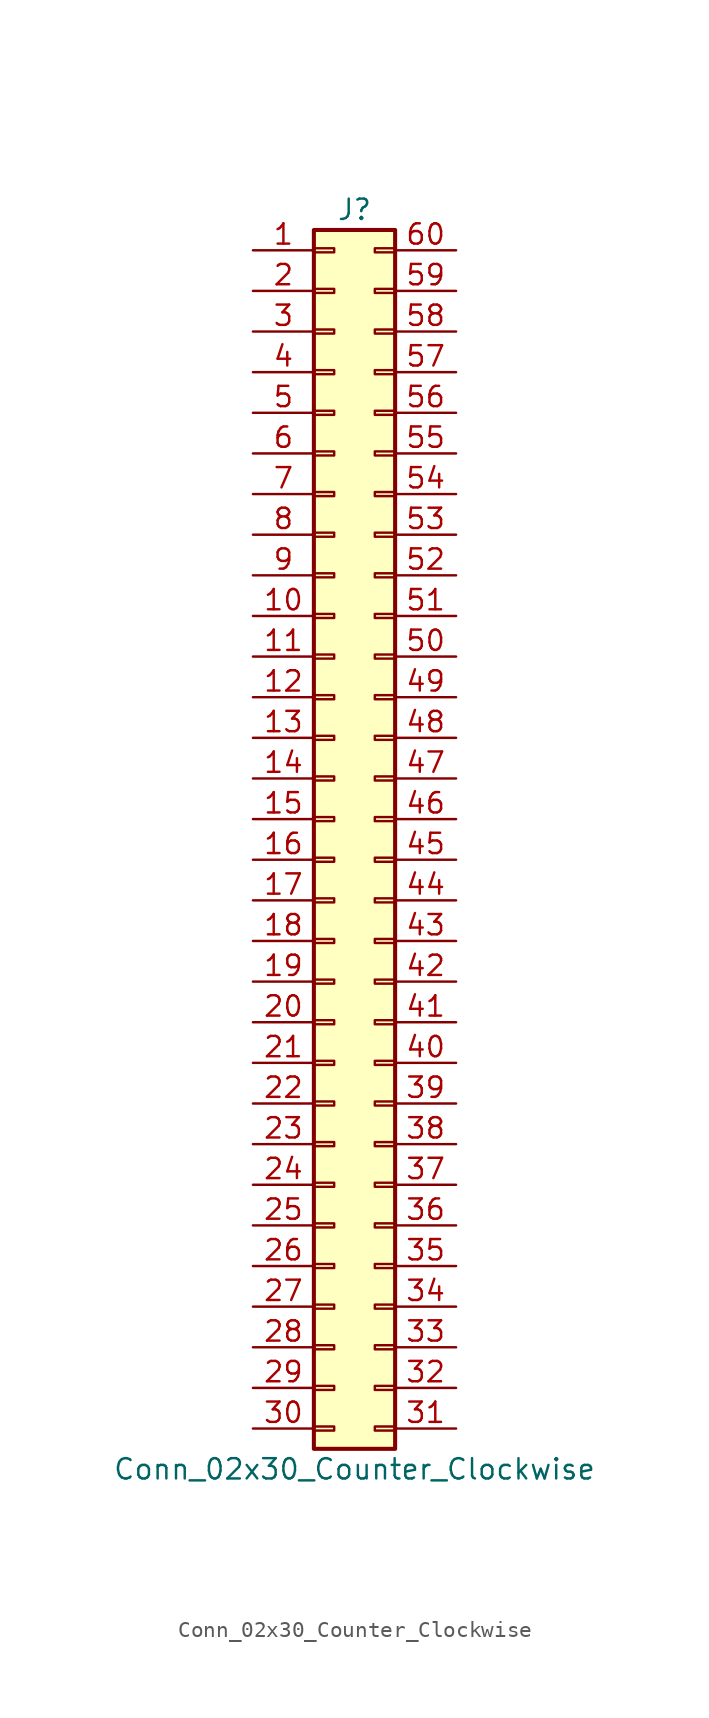
<source format=kicad_sym>
(kicad_symbol_lib
  (version 20211014)
  (generator kicad_symbol_editor)
  (symbol "Conn_02x30_Counter_Clockwise"
    (pin_names
      (offset 1.016) hide)
    (property "Reference" "J"
      (at 1.27 38.1 0)
      (effects (font (size 1.27 1.27))))
    (property "Value" "Conn_02x30_Counter_Clockwise"
      (at 1.27 -40.64 0)
      (effects (font (size 1.27 1.27))))
    (symbol "Conn_02x30_Counter_Clockwise_1_1"
      (rectangle (start -1.27 -37.973) (end 0 -38.227) (stroke (width 0.152) (type default) (color 0 0 0 0)) (fill (type none)))
      (rectangle (start -1.27 -35.433) (end 0 -35.687) (stroke (width 0.152) (type default) (color 0 0 0 0)) (fill (type none)))
      (rectangle (start -1.27 -32.893) (end 0 -33.147) (stroke (width 0.152) (type default) (color 0 0 0 0)) (fill (type none)))
      (rectangle (start -1.27 -30.353) (end 0 -30.607) (stroke (width 0.152) (type default) (color 0 0 0 0)) (fill (type none)))
      (rectangle (start -1.27 -27.813) (end 0 -28.067) (stroke (width 0.152) (type default) (color 0 0 0 0)) (fill (type none)))
      (rectangle (start -1.27 -25.273) (end 0 -25.527) (stroke (width 0.152) (type default) (color 0 0 0 0)) (fill (type none)))
      (rectangle (start -1.27 -22.733) (end 0 -22.987) (stroke (width 0.152) (type default) (color 0 0 0 0)) (fill (type none)))
      (rectangle (start -1.27 -20.193) (end 0 -20.447) (stroke (width 0.152) (type default) (color 0 0 0 0)) (fill (type none)))
      (rectangle (start -1.27 -17.653) (end 0 -17.907) (stroke (width 0.152) (type default) (color 0 0 0 0)) (fill (type none)))
      (rectangle (start -1.27 -15.113) (end 0 -15.367) (stroke (width 0.152) (type default) (color 0 0 0 0)) (fill (type none)))
      (rectangle (start -1.27 -12.573) (end 0 -12.827) (stroke (width 0.152) (type default) (color 0 0 0 0)) (fill (type none)))
      (rectangle (start -1.27 -10.033) (end 0 -10.287) (stroke (width 0.152) (type default) (color 0 0 0 0)) (fill (type none)))
      (rectangle (start -1.27 -7.493) (end 0 -7.747) (stroke (width 0.152) (type default) (color 0 0 0 0)) (fill (type none)))
      (rectangle (start -1.27 -4.953) (end 0 -5.207) (stroke (width 0.152) (type default) (color 0 0 0 0)) (fill (type none)))
      (rectangle (start -1.27 -2.413) (end 0 -2.667) (stroke (width 0.152) (type default) (color 0 0 0 0)) (fill (type none)))
      (rectangle (start -1.27 0.127) (end 0 -0.127) (stroke (width 0.152) (type default) (color 0 0 0 0)) (fill (type none)))
      (rectangle (start -1.27 2.667) (end 0 2.413) (stroke (width 0.152) (type default) (color 0 0 0 0)) (fill (type none)))
      (rectangle (start -1.27 5.207) (end 0 4.953) (stroke (width 0.152) (type default) (color 0 0 0 0)) (fill (type none)))
      (rectangle (start -1.27 7.747) (end 0 7.493) (stroke (width 0.152) (type default) (color 0 0 0 0)) (fill (type none)))
      (rectangle (start -1.27 10.287) (end 0 10.033) (stroke (width 0.152) (type default) (color 0 0 0 0)) (fill (type none)))
      (rectangle (start -1.27 12.827) (end 0 12.573) (stroke (width 0.152) (type default) (color 0 0 0 0)) (fill (type none)))
      (rectangle (start -1.27 15.367) (end 0 15.113) (stroke (width 0.152) (type default) (color 0 0 0 0)) (fill (type none)))
      (rectangle (start -1.27 17.907) (end 0 17.653) (stroke (width 0.152) (type default) (color 0 0 0 0)) (fill (type none)))
      (rectangle (start -1.27 20.447) (end 0 20.193) (stroke (width 0.152) (type default) (color 0 0 0 0)) (fill (type none)))
      (rectangle (start -1.27 22.987) (end 0 22.733) (stroke (width 0.152) (type default) (color 0 0 0 0)) (fill (type none)))
      (rectangle (start -1.27 25.527) (end 0 25.273) (stroke (width 0.152) (type default) (color 0 0 0 0)) (fill (type none)))
      (rectangle (start -1.27 28.067) (end 0 27.813) (stroke (width 0.152) (type default) (color 0 0 0 0)) (fill (type none)))
      (rectangle (start -1.27 30.607) (end 0 30.353) (stroke (width 0.152) (type default) (color 0 0 0 0)) (fill (type none)))
      (rectangle (start -1.27 33.147) (end 0 32.893) (stroke (width 0.152) (type default) (color 0 0 0 0)) (fill (type none)))
      (rectangle (start -1.27 35.687) (end 0 35.433) (stroke (width 0.152) (type default) (color 0 0 0 0)) (fill (type none)))
      (rectangle (start -1.27 36.83) (end 3.81 -39.37) (stroke (width 0.254) (type default) (color 0 0 0 0)) (fill (type background)))
      (rectangle (start 3.81 -37.973) (end 2.54 -38.227) (stroke (width 0.152) (type default) (color 0 0 0 0)) (fill (type none)))
      (rectangle (start 3.81 -35.433) (end 2.54 -35.687) (stroke (width 0.152) (type default) (color 0 0 0 0)) (fill (type none)))
      (rectangle (start 3.81 -32.893) (end 2.54 -33.147) (stroke (width 0.152) (type default) (color 0 0 0 0)) (fill (type none)))
      (rectangle (start 3.81 -30.353) (end 2.54 -30.607) (stroke (width 0.152) (type default) (color 0 0 0 0)) (fill (type none)))
      (rectangle (start 3.81 -27.813) (end 2.54 -28.067) (stroke (width 0.152) (type default) (color 0 0 0 0)) (fill (type none)))
      (rectangle (start 3.81 -25.273) (end 2.54 -25.527) (stroke (width 0.152) (type default) (color 0 0 0 0)) (fill (type none)))
      (rectangle (start 3.81 -22.733) (end 2.54 -22.987) (stroke (width 0.152) (type default) (color 0 0 0 0)) (fill (type none)))
      (rectangle (start 3.81 -20.193) (end 2.54 -20.447) (stroke (width 0.152) (type default) (color 0 0 0 0)) (fill (type none)))
      (rectangle (start 3.81 -17.653) (end 2.54 -17.907) (stroke (width 0.152) (type default) (color 0 0 0 0)) (fill (type none)))
      (rectangle (start 3.81 -15.113) (end 2.54 -15.367) (stroke (width 0.152) (type default) (color 0 0 0 0)) (fill (type none)))
      (rectangle (start 3.81 -12.573) (end 2.54 -12.827) (stroke (width 0.152) (type default) (color 0 0 0 0)) (fill (type none)))
      (rectangle (start 3.81 -10.033) (end 2.54 -10.287) (stroke (width 0.152) (type default) (color 0 0 0 0)) (fill (type none)))
      (rectangle (start 3.81 -7.493) (end 2.54 -7.747) (stroke (width 0.152) (type default) (color 0 0 0 0)) (fill (type none)))
      (rectangle (start 3.81 -4.953) (end 2.54 -5.207) (stroke (width 0.152) (type default) (color 0 0 0 0)) (fill (type none)))
      (rectangle (start 3.81 -2.413) (end 2.54 -2.667) (stroke (width 0.152) (type default) (color 0 0 0 0)) (fill (type none)))
      (rectangle (start 3.81 0.127) (end 2.54 -0.127) (stroke (width 0.152) (type default) (color 0 0 0 0)) (fill (type none)))
      (rectangle (start 3.81 2.667) (end 2.54 2.413) (stroke (width 0.152) (type default) (color 0 0 0 0)) (fill (type none)))
      (rectangle (start 3.81 5.207) (end 2.54 4.953) (stroke (width 0.152) (type default) (color 0 0 0 0)) (fill (type none)))
      (rectangle (start 3.81 7.747) (end 2.54 7.493) (stroke (width 0.152) (type default) (color 0 0 0 0)) (fill (type none)))
      (rectangle (start 3.81 10.287) (end 2.54 10.033) (stroke (width 0.152) (type default) (color 0 0 0 0)) (fill (type none)))
      (rectangle (start 3.81 12.827) (end 2.54 12.573) (stroke (width 0.152) (type default) (color 0 0 0 0)) (fill (type none)))
      (rectangle (start 3.81 15.367) (end 2.54 15.113) (stroke (width 0.152) (type default) (color 0 0 0 0)) (fill (type none)))
      (rectangle (start 3.81 17.907) (end 2.54 17.653) (stroke (width 0.152) (type default) (color 0 0 0 0)) (fill (type none)))
      (rectangle (start 3.81 20.447) (end 2.54 20.193) (stroke (width 0.152) (type default) (color 0 0 0 0)) (fill (type none)))
      (rectangle (start 3.81 22.987) (end 2.54 22.733) (stroke (width 0.152) (type default) (color 0 0 0 0)) (fill (type none)))
      (rectangle (start 3.81 25.527) (end 2.54 25.273) (stroke (width 0.152) (type default) (color 0 0 0 0)) (fill (type none)))
      (rectangle (start 3.81 28.067) (end 2.54 27.813) (stroke (width 0.152) (type default) (color 0 0 0 0)) (fill (type none)))
      (rectangle (start 3.81 30.607) (end 2.54 30.353) (stroke (width 0.152) (type default) (color 0 0 0 0)) (fill (type none)))
      (rectangle (start 3.81 33.147) (end 2.54 32.893) (stroke (width 0.152) (type default) (color 0 0 0 0)) (fill (type none)))
      (rectangle (start 3.81 35.687) (end 2.54 35.433) (stroke (width 0.152) (type default) (color 0 0 0 0)) (fill (type none)))
      (pin passive line (at -5.08 35.56 0) (length 3.81) (name "Pin_1" (effects (font (size 1.27 1.27)))) (number "1" (effects (font (size 1.27 1.27)))))
      (pin passive line (at -5.08 12.7 0) (length 3.81) (name "Pin_10" (effects (font (size 1.27 1.27)))) (number "10" (effects (font (size 1.27 1.27)))))
      (pin passive line (at -5.08 10.16 0) (length 3.81) (name "Pin_11" (effects (font (size 1.27 1.27)))) (number "11" (effects (font (size 1.27 1.27)))))
      (pin passive line (at -5.08 7.62 0) (length 3.81) (name "Pin_12" (effects (font (size 1.27 1.27)))) (number "12" (effects (font (size 1.27 1.27)))))
      (pin passive line (at -5.08 5.08 0) (length 3.81) (name "Pin_13" (effects (font (size 1.27 1.27)))) (number "13" (effects (font (size 1.27 1.27)))))
      (pin passive line (at -5.08 2.54 0) (length 3.81) (name "Pin_14" (effects (font (size 1.27 1.27)))) (number "14" (effects (font (size 1.27 1.27)))))
      (pin passive line (at -5.08 0 0) (length 3.81) (name "Pin_15" (effects (font (size 1.27 1.27)))) (number "15" (effects (font (size 1.27 1.27)))))
      (pin passive line (at -5.08 -2.54 0) (length 3.81) (name "Pin_16" (effects (font (size 1.27 1.27)))) (number "16" (effects (font (size 1.27 1.27)))))
      (pin passive line (at -5.08 -5.08 0) (length 3.81) (name "Pin_17" (effects (font (size 1.27 1.27)))) (number "17" (effects (font (size 1.27 1.27)))))
      (pin passive line (at -5.08 -7.62 0) (length 3.81) (name "Pin_18" (effects (font (size 1.27 1.27)))) (number "18" (effects (font (size 1.27 1.27)))))
      (pin passive line (at -5.08 -10.16 0) (length 3.81) (name "Pin_19" (effects (font (size 1.27 1.27)))) (number "19" (effects (font (size 1.27 1.27)))))
      (pin passive line (at -5.08 33.02 0) (length 3.81) (name "Pin_2" (effects (font (size 1.27 1.27)))) (number "2" (effects (font (size 1.27 1.27)))))
      (pin passive line (at -5.08 -12.7 0) (length 3.81) (name "Pin_20" (effects (font (size 1.27 1.27)))) (number "20" (effects (font (size 1.27 1.27)))))
      (pin passive line (at -5.08 -15.24 0) (length 3.81) (name "Pin_21" (effects (font (size 1.27 1.27)))) (number "21" (effects (font (size 1.27 1.27)))))
      (pin passive line (at -5.08 -17.78 0) (length 3.81) (name "Pin_22" (effects (font (size 1.27 1.27)))) (number "22" (effects (font (size 1.27 1.27)))))
      (pin passive line (at -5.08 -20.32 0) (length 3.81) (name "Pin_23" (effects (font (size 1.27 1.27)))) (number "23" (effects (font (size 1.27 1.27)))))
      (pin passive line (at -5.08 -22.86 0) (length 3.81) (name "Pin_24" (effects (font (size 1.27 1.27)))) (number "24" (effects (font (size 1.27 1.27)))))
      (pin passive line (at -5.08 -25.4 0) (length 3.81) (name "Pin_25" (effects (font (size 1.27 1.27)))) (number "25" (effects (font (size 1.27 1.27)))))
      (pin passive line (at -5.08 -27.94 0) (length 3.81) (name "Pin_26" (effects (font (size 1.27 1.27)))) (number "26" (effects (font (size 1.27 1.27)))))
      (pin passive line (at -5.08 -30.48 0) (length 3.81) (name "Pin_27" (effects (font (size 1.27 1.27)))) (number "27" (effects (font (size 1.27 1.27)))))
      (pin passive line (at -5.08 -33.02 0) (length 3.81) (name "Pin_28" (effects (font (size 1.27 1.27)))) (number "28" (effects (font (size 1.27 1.27)))))
      (pin passive line (at -5.08 -35.56 0) (length 3.81) (name "Pin_29" (effects (font (size 1.27 1.27)))) (number "29" (effects (font (size 1.27 1.27)))))
      (pin passive line (at -5.08 30.48 0) (length 3.81) (name "Pin_3" (effects (font (size 1.27 1.27)))) (number "3" (effects (font (size 1.27 1.27)))))
      (pin passive line (at -5.08 -38.1 0) (length 3.81) (name "Pin_30" (effects (font (size 1.27 1.27)))) (number "30" (effects (font (size 1.27 1.27)))))
      (pin passive line (at 7.62 -38.1 180) (length 3.81) (name "Pin_31" (effects (font (size 1.27 1.27)))) (number "31" (effects (font (size 1.27 1.27)))))
      (pin passive line (at 7.62 -35.56 180) (length 3.81) (name "Pin_32" (effects (font (size 1.27 1.27)))) (number "32" (effects (font (size 1.27 1.27)))))
      (pin passive line (at 7.62 -33.02 180) (length 3.81) (name "Pin_33" (effects (font (size 1.27 1.27)))) (number "33" (effects (font (size 1.27 1.27)))))
      (pin passive line (at 7.62 -30.48 180) (length 3.81) (name "Pin_34" (effects (font (size 1.27 1.27)))) (number "34" (effects (font (size 1.27 1.27)))))
      (pin passive line (at 7.62 -27.94 180) (length 3.81) (name "Pin_35" (effects (font (size 1.27 1.27)))) (number "35" (effects (font (size 1.27 1.27)))))
      (pin passive line (at 7.62 -25.4 180) (length 3.81) (name "Pin_36" (effects (font (size 1.27 1.27)))) (number "36" (effects (font (size 1.27 1.27)))))
      (pin passive line (at 7.62 -22.86 180) (length 3.81) (name "Pin_37" (effects (font (size 1.27 1.27)))) (number "37" (effects (font (size 1.27 1.27)))))
      (pin passive line (at 7.62 -20.32 180) (length 3.81) (name "Pin_38" (effects (font (size 1.27 1.27)))) (number "38" (effects (font (size 1.27 1.27)))))
      (pin passive line (at 7.62 -17.78 180) (length 3.81) (name "Pin_39" (effects (font (size 1.27 1.27)))) (number "39" (effects (font (size 1.27 1.27)))))
      (pin passive line (at -5.08 27.94 0) (length 3.81) (name "Pin_4" (effects (font (size 1.27 1.27)))) (number "4" (effects (font (size 1.27 1.27)))))
      (pin passive line (at 7.62 -15.24 180) (length 3.81) (name "Pin_40" (effects (font (size 1.27 1.27)))) (number "40" (effects (font (size 1.27 1.27)))))
      (pin passive line (at 7.62 -12.7 180) (length 3.81) (name "Pin_41" (effects (font (size 1.27 1.27)))) (number "41" (effects (font (size 1.27 1.27)))))
      (pin passive line (at 7.62 -10.16 180) (length 3.81) (name "Pin_42" (effects (font (size 1.27 1.27)))) (number "42" (effects (font (size 1.27 1.27)))))
      (pin passive line (at 7.62 -7.62 180) (length 3.81) (name "Pin_43" (effects (font (size 1.27 1.27)))) (number "43" (effects (font (size 1.27 1.27)))))
      (pin passive line (at 7.62 -5.08 180) (length 3.81) (name "Pin_44" (effects (font (size 1.27 1.27)))) (number "44" (effects (font (size 1.27 1.27)))))
      (pin passive line (at 7.62 -2.54 180) (length 3.81) (name "Pin_45" (effects (font (size 1.27 1.27)))) (number "45" (effects (font (size 1.27 1.27)))))
      (pin passive line (at 7.62 0 180) (length 3.81) (name "Pin_46" (effects (font (size 1.27 1.27)))) (number "46" (effects (font (size 1.27 1.27)))))
      (pin passive line (at 7.62 2.54 180) (length 3.81) (name "Pin_47" (effects (font (size 1.27 1.27)))) (number "47" (effects (font (size 1.27 1.27)))))
      (pin passive line (at 7.62 5.08 180) (length 3.81) (name "Pin_48" (effects (font (size 1.27 1.27)))) (number "48" (effects (font (size 1.27 1.27)))))
      (pin passive line (at 7.62 7.62 180) (length 3.81) (name "Pin_49" (effects (font (size 1.27 1.27)))) (number "49" (effects (font (size 1.27 1.27)))))
      (pin passive line (at -5.08 25.4 0) (length 3.81) (name "Pin_5" (effects (font (size 1.27 1.27)))) (number "5" (effects (font (size 1.27 1.27)))))
      (pin passive line (at 7.62 10.16 180) (length 3.81) (name "Pin_50" (effects (font (size 1.27 1.27)))) (number "50" (effects (font (size 1.27 1.27)))))
      (pin passive line (at 7.62 12.7 180) (length 3.81) (name "Pin_51" (effects (font (size 1.27 1.27)))) (number "51" (effects (font (size 1.27 1.27)))))
      (pin passive line (at 7.62 15.24 180) (length 3.81) (name "Pin_52" (effects (font (size 1.27 1.27)))) (number "52" (effects (font (size 1.27 1.27)))))
      (pin passive line (at 7.62 17.78 180) (length 3.81) (name "Pin_53" (effects (font (size 1.27 1.27)))) (number "53" (effects (font (size 1.27 1.27)))))
      (pin passive line (at 7.62 20.32 180) (length 3.81) (name "Pin_54" (effects (font (size 1.27 1.27)))) (number "54" (effects (font (size 1.27 1.27)))))
      (pin passive line (at 7.62 22.86 180) (length 3.81) (name "Pin_55" (effects (font (size 1.27 1.27)))) (number "55" (effects (font (size 1.27 1.27)))))
      (pin passive line (at 7.62 25.4 180) (length 3.81) (name "Pin_56" (effects (font (size 1.27 1.27)))) (number "56" (effects (font (size 1.27 1.27)))))
      (pin passive line (at 7.62 27.94 180) (length 3.81) (name "Pin_57" (effects (font (size 1.27 1.27)))) (number "57" (effects (font (size 1.27 1.27)))))
      (pin passive line (at 7.62 30.48 180) (length 3.81) (name "Pin_58" (effects (font (size 1.27 1.27)))) (number "58" (effects (font (size 1.27 1.27)))))
      (pin passive line (at 7.62 33.02 180) (length 3.81) (name "Pin_59" (effects (font (size 1.27 1.27)))) (number "59" (effects (font (size 1.27 1.27)))))
      (pin passive line (at -5.08 22.86 0) (length 3.81) (name "Pin_6" (effects (font (size 1.27 1.27)))) (number "6" (effects (font (size 1.27 1.27)))))
      (pin passive line (at 7.62 35.56 180) (length 3.81) (name "Pin_60" (effects (font (size 1.27 1.27)))) (number "60" (effects (font (size 1.27 1.27)))))
      (pin passive line (at -5.08 20.32 0) (length 3.81) (name "Pin_7" (effects (font (size 1.27 1.27)))) (number "7" (effects (font (size 1.27 1.27)))))
      (pin passive line (at -5.08 17.78 0) (length 3.81) (name "Pin_8" (effects (font (size 1.27 1.27)))) (number "8" (effects (font (size 1.27 1.27)))))
      (pin passive line (at -5.08 15.24 0) (length 3.81) (name "Pin_9" (effects (font (size 1.27 1.27)))) (number "9" (effects (font (size 1.27 1.27))))))))
</source>
